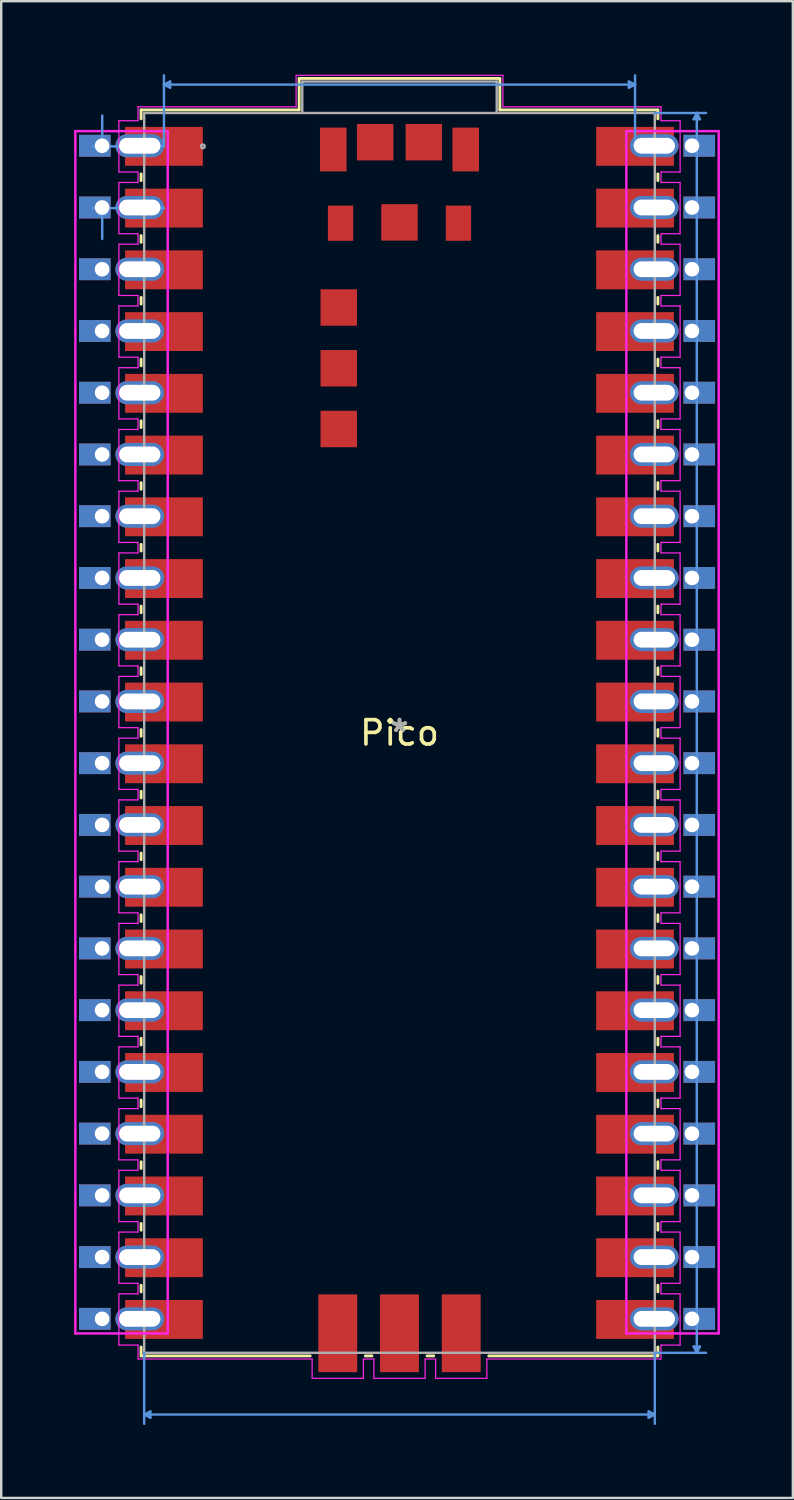
<source format=kicad_pcb>
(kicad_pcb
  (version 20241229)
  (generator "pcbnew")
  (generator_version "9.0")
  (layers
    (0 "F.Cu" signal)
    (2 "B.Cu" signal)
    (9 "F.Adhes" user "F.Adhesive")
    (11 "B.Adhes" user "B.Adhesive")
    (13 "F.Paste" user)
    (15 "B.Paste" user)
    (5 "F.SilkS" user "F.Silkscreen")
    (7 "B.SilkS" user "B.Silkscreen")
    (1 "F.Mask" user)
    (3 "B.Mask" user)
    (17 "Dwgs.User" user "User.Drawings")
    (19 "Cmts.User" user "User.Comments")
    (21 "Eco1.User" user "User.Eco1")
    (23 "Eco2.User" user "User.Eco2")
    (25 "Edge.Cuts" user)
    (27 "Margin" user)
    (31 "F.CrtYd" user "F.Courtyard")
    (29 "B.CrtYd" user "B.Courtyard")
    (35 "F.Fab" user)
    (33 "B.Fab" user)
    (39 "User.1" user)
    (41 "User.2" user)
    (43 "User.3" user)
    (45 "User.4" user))
  (footprint "Pico"
    (layer "F.Cu")
    (at 13.385 27.101)
    (property "Reference" "Pico" (at 0 0 0) (layer "F.SilkS") (effects (font (size 1 1) (thickness 0.15))))
    (attr through_hole)
    (fp_line (start -10.63 -25.629) (end -4.128 -25.629) (stroke (width 0.12) (type solid)) (layer "F.SilkS"))
    (fp_line (start -10.63 -25.263) (end -10.63 -25.629) (stroke (width 0.12) (type solid)) (layer "F.SilkS"))
    (fp_line (start -10.63 -22.723) (end -10.63 -22.997) (stroke (width 0.12) (type solid)) (layer "F.SilkS"))
    (fp_line (start -10.63 -20.183) (end -10.63 -20.457) (stroke (width 0.12) (type solid)) (layer "F.SilkS"))
    (fp_line (start -10.63 -17.643) (end -10.63 -17.917) (stroke (width 0.12) (type solid)) (layer "F.SilkS"))
    (fp_line (start -10.63 -15.103) (end -10.63 -15.377) (stroke (width 0.12) (type solid)) (layer "F.SilkS"))
    (fp_line (start -10.63 -12.563) (end -10.63 -12.837) (stroke (width 0.12) (type solid)) (layer "F.SilkS"))
    (fp_line (start -10.63 -10.023) (end -10.63 -10.297) (stroke (width 0.12) (type solid)) (layer "F.SilkS"))
    (fp_line (start -10.63 -7.483) (end -10.63 -7.757) (stroke (width 0.12) (type solid)) (layer "F.SilkS"))
    (fp_line (start -10.63 -4.943) (end -10.63 -5.217) (stroke (width 0.12) (type solid)) (layer "F.SilkS"))
    (fp_line (start -10.63 -2.403) (end -10.63 -2.677) (stroke (width 0.12) (type solid)) (layer "F.SilkS"))
    (fp_line (start -10.63 0.137) (end -10.63 -0.137) (stroke (width 0.12) (type solid)) (layer "F.SilkS"))
    (fp_line (start -10.63 2.677) (end -10.63 2.403) (stroke (width 0.12) (type solid)) (layer "F.SilkS"))
    (fp_line (start -10.63 5.217) (end -10.63 4.943) (stroke (width 0.12) (type solid)) (layer "F.SilkS"))
    (fp_line (start -10.63 7.757) (end -10.63 7.483) (stroke (width 0.12) (type solid)) (layer "F.SilkS"))
    (fp_line (start -10.63 10.297) (end -10.63 10.023) (stroke (width 0.12) (type solid)) (layer "F.SilkS"))
    (fp_line (start -10.63 12.837) (end -10.63 12.563) (stroke (width 0.12) (type solid)) (layer "F.SilkS"))
    (fp_line (start -10.63 15.377) (end -10.63 15.103) (stroke (width 0.12) (type solid)) (layer "F.SilkS"))
    (fp_line (start -10.63 17.917) (end -10.63 17.643) (stroke (width 0.12) (type solid)) (layer "F.SilkS"))
    (fp_line (start -10.63 20.457) (end -10.63 20.183) (stroke (width 0.12) (type solid)) (layer "F.SilkS"))
    (fp_line (start -10.63 22.997) (end -10.63 22.723) (stroke (width 0.12) (type solid)) (layer "F.SilkS"))
    (fp_line (start -10.63 25.629) (end -10.63 25.263) (stroke (width 0.12) (type solid)) (layer "F.SilkS"))
    (fp_line (start -4.128 -26.924) (end 4.128 -26.924) (stroke (width 0.12) (type solid)) (layer "F.SilkS"))
    (fp_line (start -4.128 -25.629) (end -4.128 -26.924) (stroke (width 0.12) (type solid)) (layer "F.SilkS"))
    (fp_line (start -3.673 25.629) (end -10.63 25.629) (stroke (width 0.12) (type solid)) (layer "F.SilkS"))
    (fp_line (start -1.133 25.629) (end -1.407 25.629) (stroke (width 0.12) (type solid)) (layer "F.SilkS"))
    (fp_line (start 1.407 25.629) (end 1.133 25.629) (stroke (width 0.12) (type solid)) (layer "F.SilkS"))
    (fp_line (start 4.128 -26.924) (end 4.128 -25.629) (stroke (width 0.12) (type solid)) (layer "F.SilkS"))
    (fp_line (start 4.128 -25.629) (end 10.63 -25.629) (stroke (width 0.12) (type solid)) (layer "F.SilkS"))
    (fp_line (start 10.63 -25.629) (end 10.63 -25.263) (stroke (width 0.12) (type solid)) (layer "F.SilkS"))
    (fp_line (start 10.63 -22.997) (end 10.63 -22.723) (stroke (width 0.12) (type solid)) (layer "F.SilkS"))
    (fp_line (start 10.63 -20.457) (end 10.63 -20.183) (stroke (width 0.12) (type solid)) (layer "F.SilkS"))
    (fp_line (start 10.63 -17.917) (end 10.63 -17.643) (stroke (width 0.12) (type solid)) (layer "F.SilkS"))
    (fp_line (start 10.63 -15.377) (end 10.63 -15.103) (stroke (width 0.12) (type solid)) (layer "F.SilkS"))
    (fp_line (start 10.63 -12.837) (end 10.63 -12.563) (stroke (width 0.12) (type solid)) (layer "F.SilkS"))
    (fp_line (start 10.63 -10.297) (end 10.63 -10.023) (stroke (width 0.12) (type solid)) (layer "F.SilkS"))
    (fp_line (start 10.63 -7.757) (end 10.63 -7.483) (stroke (width 0.12) (type solid)) (layer "F.SilkS"))
    (fp_line (start 10.63 -5.217) (end 10.63 -4.943) (stroke (width 0.12) (type solid)) (layer "F.SilkS"))
    (fp_line (start 10.63 -2.677) (end 10.63 -2.403) (stroke (width 0.12) (type solid)) (layer "F.SilkS"))
    (fp_line (start 10.63 -0.137) (end 10.63 0.137) (stroke (width 0.12) (type solid)) (layer "F.SilkS"))
    (fp_line (start 10.63 2.403) (end 10.63 2.677) (stroke (width 0.12) (type solid)) (layer "F.SilkS"))
    (fp_line (start 10.63 4.943) (end 10.63 5.217) (stroke (width 0.12) (type solid)) (layer "F.SilkS"))
    (fp_line (start 10.63 7.483) (end 10.63 7.757) (stroke (width 0.12) (type solid)) (layer "F.SilkS"))
    (fp_line (start 10.63 10.023) (end 10.63 10.297) (stroke (width 0.12) (type solid)) (layer "F.SilkS"))
    (fp_line (start 10.63 12.563) (end 10.63 12.837) (stroke (width 0.12) (type solid)) (layer "F.SilkS"))
    (fp_line (start 10.63 15.103) (end 10.63 15.377) (stroke (width 0.12) (type solid)) (layer "F.SilkS"))
    (fp_line (start 10.63 17.643) (end 10.63 17.917) (stroke (width 0.12) (type solid)) (layer "F.SilkS"))
    (fp_line (start 10.63 20.183) (end 10.63 20.457) (stroke (width 0.12) (type solid)) (layer "F.SilkS"))
    (fp_line (start 10.63 22.723) (end 10.63 22.997) (stroke (width 0.12) (type solid)) (layer "F.SilkS"))
    (fp_line (start 10.63 25.263) (end 10.63 25.629) (stroke (width 0.12) (type solid)) (layer "F.SilkS"))
    (fp_line (start 10.63 25.629) (end 3.673 25.629) (stroke (width 0.12) (type solid)) (layer "F.SilkS"))
    (fp_line (start -12.357 -24.384) (end -12.103 -24.384) (stroke (width 0.1) (type solid)) (layer "Cmts.User"))
    (fp_line (start -12.357 -21.336) (end -12.103 -21.336) (stroke (width 0.1) (type solid)) (layer "Cmts.User"))
    (fp_line (start -12.23 -24.13) (end -12.357 -24.384) (stroke (width 0.1) (type solid)) (layer "Cmts.User"))
    (fp_line (start -12.23 -24.13) (end -12.23 -25.4) (stroke (width 0.1) (type solid)) (layer "Cmts.User"))
    (fp_line (start -12.23 -24.13) (end -12.103 -24.384) (stroke (width 0.1) (type solid)) (layer "Cmts.User"))
    (fp_line (start -12.23 -21.59) (end -12.357 -21.336) (stroke (width 0.1) (type solid)) (layer "Cmts.User"))
    (fp_line (start -12.23 -21.59) (end -12.23 -20.32) (stroke (width 0.1) (type solid)) (layer "Cmts.User"))
    (fp_line (start -12.23 -21.59) (end -12.103 -21.336) (stroke (width 0.1) (type solid)) (layer "Cmts.User"))
    (fp_line (start -10.503 25.502) (end -10.503 28.423) (stroke (width 0.1) (type solid)) (layer "Cmts.User"))
    (fp_line (start -10.503 28.042) (end -10.249 27.915) (stroke (width 0.1) (type solid)) (layer "Cmts.User"))
    (fp_line (start -10.503 28.042) (end -10.249 28.169) (stroke (width 0.1) (type solid)) (layer "Cmts.User"))
    (fp_line (start -10.503 28.042) (end 10.503 28.042) (stroke (width 0.1) (type solid)) (layer "Cmts.User"))
    (fp_line (start -10.249 27.915) (end -10.249 28.169) (stroke (width 0.1) (type solid)) (layer "Cmts.User"))
    (fp_line (start -9.69 -26.67) (end -9.436 -26.797) (stroke (width 0.1) (type solid)) (layer "Cmts.User"))
    (fp_line (start -9.69 -26.67) (end -9.436 -26.543) (stroke (width 0.1) (type solid)) (layer "Cmts.User"))
    (fp_line (start -9.69 -26.67) (end 9.69 -26.67) (stroke (width 0.1) (type solid)) (layer "Cmts.User"))
    (fp_line (start -9.69 -24.13) (end -12.611 -24.13) (stroke (width 0.1) (type solid)) (layer "Cmts.User"))
    (fp_line (start -9.69 -24.13) (end -9.69 -27.051) (stroke (width 0.1) (type solid)) (layer "Cmts.User"))
    (fp_line (start -9.69 -21.59) (end -12.611 -21.59) (stroke (width 0.1) (type solid)) (layer "Cmts.User"))
    (fp_line (start -9.436 -26.797) (end -9.436 -26.543) (stroke (width 0.1) (type solid)) (layer "Cmts.User"))
    (fp_line (start 9.436 -26.797) (end 9.436 -26.543) (stroke (width 0.1) (type solid)) (layer "Cmts.User"))
    (fp_line (start 9.69 -26.67) (end 9.436 -26.797) (stroke (width 0.1) (type solid)) (layer "Cmts.User"))
    (fp_line (start 9.69 -26.67) (end 9.436 -26.543) (stroke (width 0.1) (type solid)) (layer "Cmts.User"))
    (fp_line (start 9.69 -24.13) (end 9.69 -27.051) (stroke (width 0.1) (type solid)) (layer "Cmts.User"))
    (fp_line (start 10.249 27.915) (end 10.249 28.169) (stroke (width 0.1) (type solid)) (layer "Cmts.User"))
    (fp_line (start 10.503 -25.502) (end 12.611 -25.502) (stroke (width 0.1) (type solid)) (layer "Cmts.User"))
    (fp_line (start 10.503 25.502) (end 10.503 28.423) (stroke (width 0.1) (type solid)) (layer "Cmts.User"))
    (fp_line (start 10.503 25.502) (end 12.611 25.502) (stroke (width 0.1) (type solid)) (layer "Cmts.User"))
    (fp_line (start 10.503 28.042) (end 10.249 27.915) (stroke (width 0.1) (type solid)) (layer "Cmts.User"))
    (fp_line (start 10.503 28.042) (end 10.249 28.169) (stroke (width 0.1) (type solid)) (layer "Cmts.User"))
    (fp_line (start 12.103 -25.248) (end 12.357 -25.248) (stroke (width 0.1) (type solid)) (layer "Cmts.User"))
    (fp_line (start 12.103 25.248) (end 12.357 25.248) (stroke (width 0.1) (type solid)) (layer "Cmts.User"))
    (fp_line (start 12.23 -25.502) (end 12.103 -25.248) (stroke (width 0.1) (type solid)) (layer "Cmts.User"))
    (fp_line (start 12.23 -25.502) (end 12.23 25.502) (stroke (width 0.1) (type solid)) (layer "Cmts.User"))
    (fp_line (start 12.23 -25.502) (end 12.357 -25.248) (stroke (width 0.1) (type solid)) (layer "Cmts.User"))
    (fp_line (start 12.23 25.502) (end 12.103 25.248) (stroke (width 0.1) (type solid)) (layer "Cmts.User"))
    (fp_line (start 12.23 25.502) (end 12.357 25.248) (stroke (width 0.1) (type solid)) (layer "Cmts.User"))
    (fp_line (start -13.335 -24.755) (end -9.535 -24.755) (stroke (width 0.1) (type solid)) (layer "F.CrtYd"))
    (fp_line (start -13.335 24.705) (end -13.335 -24.755) (stroke (width 0.1) (type solid)) (layer "F.CrtYd"))
    (fp_line (start -11.544 -25.184) (end -11.544 -23.076) (stroke (width 0.05) (type solid)) (layer "F.CrtYd"))
    (fp_line (start -11.544 -23.076) (end -10.757 -23.076) (stroke (width 0.05) (type solid)) (layer "F.CrtYd"))
    (fp_line (start -11.544 -22.644) (end -11.544 -20.536) (stroke (width 0.05) (type solid)) (layer "F.CrtYd"))
    (fp_line (start -11.544 -20.536) (end -10.757 -20.536) (stroke (width 0.05) (type solid)) (layer "F.CrtYd"))
    (fp_line (start -11.544 -20.104) (end -11.544 -17.996) (stroke (width 0.05) (type solid)) (layer "F.CrtYd"))
    (fp_line (start -11.544 -17.996) (end -10.757 -17.996) (stroke (width 0.05) (type solid)) (layer "F.CrtYd"))
    (fp_line (start -11.544 -17.564) (end -11.544 -15.456) (stroke (width 0.05) (type solid)) (layer "F.CrtYd"))
    (fp_line (start -11.544 -15.456) (end -10.757 -15.456) (stroke (width 0.05) (type solid)) (layer "F.CrtYd"))
    (fp_line (start -11.544 -15.024) (end -11.544 -12.916) (stroke (width 0.05) (type solid)) (layer "F.CrtYd"))
    (fp_line (start -11.544 -12.916) (end -10.757 -12.916) (stroke (width 0.05) (type solid)) (layer "F.CrtYd"))
    (fp_line (start -11.544 -12.484) (end -11.544 -10.376) (stroke (width 0.05) (type solid)) (layer "F.CrtYd"))
    (fp_line (start -11.544 -10.376) (end -10.757 -10.376) (stroke (width 0.05) (type solid)) (layer "F.CrtYd"))
    (fp_line (start -11.544 -9.944) (end -11.544 -7.836) (stroke (width 0.05) (type solid)) (layer "F.CrtYd"))
    (fp_line (start -11.544 -7.836) (end -10.757 -7.836) (stroke (width 0.05) (type solid)) (layer "F.CrtYd"))
    (fp_line (start -11.544 -7.404) (end -11.544 -5.296) (stroke (width 0.05) (type solid)) (layer "F.CrtYd"))
    (fp_line (start -11.544 -5.296) (end -10.757 -5.296) (stroke (width 0.05) (type solid)) (layer "F.CrtYd"))
    (fp_line (start -11.544 -4.864) (end -11.544 -2.756) (stroke (width 0.05) (type solid)) (layer "F.CrtYd"))
    (fp_line (start -11.544 -2.756) (end -10.757 -2.756) (stroke (width 0.05) (type solid)) (layer "F.CrtYd"))
    (fp_line (start -11.544 -2.324) (end -11.544 -0.216) (stroke (width 0.05) (type solid)) (layer "F.CrtYd"))
    (fp_line (start -11.544 -0.216) (end -10.757 -0.216) (stroke (width 0.05) (type solid)) (layer "F.CrtYd"))
    (fp_line (start -11.544 0.216) (end -11.544 2.324) (stroke (width 0.05) (type solid)) (layer "F.CrtYd"))
    (fp_line (start -11.544 2.324) (end -10.757 2.324) (stroke (width 0.05) (type solid)) (layer "F.CrtYd"))
    (fp_line (start -11.544 2.756) (end -11.544 4.864) (stroke (width 0.05) (type solid)) (layer "F.CrtYd"))
    (fp_line (start -11.544 4.864) (end -10.757 4.864) (stroke (width 0.05) (type solid)) (layer "F.CrtYd"))
    (fp_line (start -11.544 5.296) (end -11.544 7.404) (stroke (width 0.05) (type solid)) (layer "F.CrtYd"))
    (fp_line (start -11.544 7.404) (end -10.757 7.404) (stroke (width 0.05) (type solid)) (layer "F.CrtYd"))
    (fp_line (start -11.544 7.836) (end -11.544 9.944) (stroke (width 0.05) (type solid)) (layer "F.CrtYd"))
    (fp_line (start -11.544 9.944) (end -10.757 9.944) (stroke (width 0.05) (type solid)) (layer "F.CrtYd"))
    (fp_line (start -11.544 10.376) (end -11.544 12.484) (stroke (width 0.05) (type solid)) (layer "F.CrtYd"))
    (fp_line (start -11.544 12.484) (end -10.757 12.484) (stroke (width 0.05) (type solid)) (layer "F.CrtYd"))
    (fp_line (start -11.544 12.916) (end -11.544 15.024) (stroke (width 0.05) (type solid)) (layer "F.CrtYd"))
    (fp_line (start -11.544 15.024) (end -10.757 15.024) (stroke (width 0.05) (type solid)) (layer "F.CrtYd"))
    (fp_line (start -11.544 15.456) (end -11.544 17.564) (stroke (width 0.05) (type solid)) (layer "F.CrtYd"))
    (fp_line (start -11.544 17.564) (end -10.757 17.564) (stroke (width 0.05) (type solid)) (layer "F.CrtYd"))
    (fp_line (start -11.544 17.996) (end -11.544 20.104) (stroke (width 0.05) (type solid)) (layer "F.CrtYd"))
    (fp_line (start -11.544 20.104) (end -10.757 20.104) (stroke (width 0.05) (type solid)) (layer "F.CrtYd"))
    (fp_line (start -11.544 20.536) (end -11.544 22.644) (stroke (width 0.05) (type solid)) (layer "F.CrtYd"))
    (fp_line (start -11.544 22.644) (end -10.757 22.644) (stroke (width 0.05) (type solid)) (layer "F.CrtYd"))
    (fp_line (start -11.544 23.076) (end -11.544 25.184) (stroke (width 0.05) (type solid)) (layer "F.CrtYd"))
    (fp_line (start -11.544 25.184) (end -10.757 25.184) (stroke (width 0.05) (type solid)) (layer "F.CrtYd"))
    (fp_line (start -10.757 -25.756) (end -10.757 -25.184) (stroke (width 0.05) (type solid)) (layer "F.CrtYd"))
    (fp_line (start -10.757 -25.184) (end -11.544 -25.184) (stroke (width 0.05) (type solid)) (layer "F.CrtYd"))
    (fp_line (start -10.757 -23.076) (end -10.757 -22.644) (stroke (width 0.05) (type solid)) (layer "F.CrtYd"))
    (fp_line (start -10.757 -22.644) (end -11.544 -22.644) (stroke (width 0.05) (type solid)) (layer "F.CrtYd"))
    (fp_line (start -10.757 -20.536) (end -10.757 -20.104) (stroke (width 0.05) (type solid)) (layer "F.CrtYd"))
    (fp_line (start -10.757 -20.104) (end -11.544 -20.104) (stroke (width 0.05) (type solid)) (layer "F.CrtYd"))
    (fp_line (start -10.757 -17.996) (end -10.757 -17.564) (stroke (width 0.05) (type solid)) (layer "F.CrtYd"))
    (fp_line (start -10.757 -17.564) (end -11.544 -17.564) (stroke (width 0.05) (type solid)) (layer "F.CrtYd"))
    (fp_line (start -10.757 -15.456) (end -10.757 -15.024) (stroke (width 0.05) (type solid)) (layer "F.CrtYd"))
    (fp_line (start -10.757 -15.024) (end -11.544 -15.024) (stroke (width 0.05) (type solid)) (layer "F.CrtYd"))
    (fp_line (start -10.757 -12.916) (end -10.757 -12.484) (stroke (width 0.05) (type solid)) (layer "F.CrtYd"))
    (fp_line (start -10.757 -12.484) (end -11.544 -12.484) (stroke (width 0.05) (type solid)) (layer "F.CrtYd"))
    (fp_line (start -10.757 -10.376) (end -10.757 -9.944) (stroke (width 0.05) (type solid)) (layer "F.CrtYd"))
    (fp_line (start -10.757 -9.944) (end -11.544 -9.944) (stroke (width 0.05) (type solid)) (layer "F.CrtYd"))
    (fp_line (start -10.757 -7.836) (end -10.757 -7.404) (stroke (width 0.05) (type solid)) (layer "F.CrtYd"))
    (fp_line (start -10.757 -7.404) (end -11.544 -7.404) (stroke (width 0.05) (type solid)) (layer "F.CrtYd"))
    (fp_line (start -10.757 -5.296) (end -10.757 -4.864) (stroke (width 0.05) (type solid)) (layer "F.CrtYd"))
    (fp_line (start -10.757 -4.864) (end -11.544 -4.864) (stroke (width 0.05) (type solid)) (layer "F.CrtYd"))
    (fp_line (start -10.757 -2.756) (end -10.757 -2.324) (stroke (width 0.05) (type solid)) (layer "F.CrtYd"))
    (fp_line (start -10.757 -2.324) (end -11.544 -2.324) (stroke (width 0.05) (type solid)) (layer "F.CrtYd"))
    (fp_line (start -10.757 -0.216) (end -10.757 0.216) (stroke (width 0.05) (type solid)) (layer "F.CrtYd"))
    (fp_line (start -10.757 0.216) (end -11.544 0.216) (stroke (width 0.05) (type solid)) (layer "F.CrtYd"))
    (fp_line (start -10.757 2.324) (end -10.757 2.756) (stroke (width 0.05) (type solid)) (layer "F.CrtYd"))
    (fp_line (start -10.757 2.756) (end -11.544 2.756) (stroke (width 0.05) (type solid)) (layer "F.CrtYd"))
    (fp_line (start -10.757 4.864) (end -10.757 5.296) (stroke (width 0.05) (type solid)) (layer "F.CrtYd"))
    (fp_line (start -10.757 5.296) (end -11.544 5.296) (stroke (width 0.05) (type solid)) (layer "F.CrtYd"))
    (fp_line (start -10.757 7.404) (end -10.757 7.836) (stroke (width 0.05) (type solid)) (layer "F.CrtYd"))
    (fp_line (start -10.757 7.836) (end -11.544 7.836) (stroke (width 0.05) (type solid)) (layer "F.CrtYd"))
    (fp_line (start -10.757 9.944) (end -10.757 10.376) (stroke (width 0.05) (type solid)) (layer "F.CrtYd"))
    (fp_line (start -10.757 10.376) (end -11.544 10.376) (stroke (width 0.05) (type solid)) (layer "F.CrtYd"))
    (fp_line (start -10.757 12.484) (end -10.757 12.916) (stroke (width 0.05) (type solid)) (layer "F.CrtYd"))
    (fp_line (start -10.757 12.916) (end -11.544 12.916) (stroke (width 0.05) (type solid)) (layer "F.CrtYd"))
    (fp_line (start -10.757 15.024) (end -10.757 15.456) (stroke (width 0.05) (type solid)) (layer "F.CrtYd"))
    (fp_line (start -10.757 15.456) (end -11.544 15.456) (stroke (width 0.05) (type solid)) (layer "F.CrtYd"))
    (fp_line (start -10.757 17.564) (end -10.757 17.996) (stroke (width 0.05) (type solid)) (layer "F.CrtYd"))
    (fp_line (start -10.757 17.996) (end -11.544 17.996) (stroke (width 0.05) (type solid)) (layer "F.CrtYd"))
    (fp_line (start -10.757 20.104) (end -10.757 20.536) (stroke (width 0.05) (type solid)) (layer "F.CrtYd"))
    (fp_line (start -10.757 20.536) (end -11.544 20.536) (stroke (width 0.05) (type solid)) (layer "F.CrtYd"))
    (fp_line (start -10.757 22.644) (end -10.757 23.076) (stroke (width 0.05) (type solid)) (layer "F.CrtYd"))
    (fp_line (start -10.757 23.076) (end -11.544 23.076) (stroke (width 0.05) (type solid)) (layer "F.CrtYd"))
    (fp_line (start -10.757 25.184) (end -10.757 25.756) (stroke (width 0.05) (type solid)) (layer "F.CrtYd"))
    (fp_line (start -10.757 25.756) (end -3.594 25.756) (stroke (width 0.05) (type solid)) (layer "F.CrtYd"))
    (fp_line (start -9.535 -24.755) (end -9.535 24.705) (stroke (width 0.1) (type solid)) (layer "F.CrtYd"))
    (fp_line (start -9.535 24.705) (end -13.335 24.705) (stroke (width 0.1) (type solid)) (layer "F.CrtYd"))
    (fp_line (start -4.255 -27.051) (end -4.255 -25.756) (stroke (width 0.05) (type solid)) (layer "F.CrtYd"))
    (fp_line (start -4.255 -25.756) (end -10.757 -25.756) (stroke (width 0.05) (type solid)) (layer "F.CrtYd"))
    (fp_line (start -3.594 25.756) (end -3.594 26.553) (stroke (width 0.05) (type solid)) (layer "F.CrtYd"))
    (fp_line (start -3.594 26.553) (end -1.486 26.553) (stroke (width 0.05) (type solid)) (layer "F.CrtYd"))
    (fp_line (start -1.486 25.756) (end -1.054 25.756) (stroke (width 0.05) (type solid)) (layer "F.CrtYd"))
    (fp_line (start -1.486 26.553) (end -1.486 25.756) (stroke (width 0.05) (type solid)) (layer "F.CrtYd"))
    (fp_line (start -1.054 25.756) (end -1.054 26.553) (stroke (width 0.05) (type solid)) (layer "F.CrtYd"))
    (fp_line (start -1.054 26.553) (end 1.054 26.553) (stroke (width 0.05) (type solid)) (layer "F.CrtYd"))
    (fp_line (start 1.054 25.756) (end 1.486 25.756) (stroke (width 0.05) (type solid)) (layer "F.CrtYd"))
    (fp_line (start 1.054 26.553) (end 1.054 25.756) (stroke (width 0.05) (type solid)) (layer "F.CrtYd"))
    (fp_line (start 1.486 25.756) (end 1.486 26.553) (stroke (width 0.05) (type solid)) (layer "F.CrtYd"))
    (fp_line (start 1.486 26.553) (end 3.594 26.553) (stroke (width 0.05) (type solid)) (layer "F.CrtYd"))
    (fp_line (start 3.594 25.756) (end 10.757 25.756) (stroke (width 0.05) (type solid)) (layer "F.CrtYd"))
    (fp_line (start 3.594 26.553) (end 3.594 25.756) (stroke (width 0.05) (type solid)) (layer "F.CrtYd"))
    (fp_line (start 4.255 -27.051) (end -4.255 -27.051) (stroke (width 0.05) (type solid)) (layer "F.CrtYd"))
    (fp_line (start 4.255 -25.756) (end 4.255 -27.051) (stroke (width 0.05) (type solid)) (layer "F.CrtYd"))
    (fp_line (start 9.332 -24.755) (end 13.132 -24.755) (stroke (width 0.1) (type solid)) (layer "F.CrtYd"))
    (fp_line (start 9.332 24.705) (end 9.332 -24.755) (stroke (width 0.1) (type solid)) (layer "F.CrtYd"))
    (fp_line (start 10.757 -25.756) (end 4.255 -25.756) (stroke (width 0.05) (type solid)) (layer "F.CrtYd"))
    (fp_line (start 10.757 -25.184) (end 10.757 -25.756) (stroke (width 0.05) (type solid)) (layer "F.CrtYd"))
    (fp_line (start 10.757 -23.076) (end 11.544 -23.076) (stroke (width 0.05) (type solid)) (layer "F.CrtYd"))
    (fp_line (start 10.757 -22.644) (end 10.757 -23.076) (stroke (width 0.05) (type solid)) (layer "F.CrtYd"))
    (fp_line (start 10.757 -20.536) (end 11.544 -20.536) (stroke (width 0.05) (type solid)) (layer "F.CrtYd"))
    (fp_line (start 10.757 -20.104) (end 10.757 -20.536) (stroke (width 0.05) (type solid)) (layer "F.CrtYd"))
    (fp_line (start 10.757 -17.996) (end 11.544 -17.996) (stroke (width 0.05) (type solid)) (layer "F.CrtYd"))
    (fp_line (start 10.757 -17.564) (end 10.757 -17.996) (stroke (width 0.05) (type solid)) (layer "F.CrtYd"))
    (fp_line (start 10.757 -15.456) (end 11.544 -15.456) (stroke (width 0.05) (type solid)) (layer "F.CrtYd"))
    (fp_line (start 10.757 -15.024) (end 10.757 -15.456) (stroke (width 0.05) (type solid)) (layer "F.CrtYd"))
    (fp_line (start 10.757 -12.916) (end 11.544 -12.916) (stroke (width 0.05) (type solid)) (layer "F.CrtYd"))
    (fp_line (start 10.757 -12.484) (end 10.757 -12.916) (stroke (width 0.05) (type solid)) (layer "F.CrtYd"))
    (fp_line (start 10.757 -10.376) (end 11.544 -10.376) (stroke (width 0.05) (type solid)) (layer "F.CrtYd"))
    (fp_line (start 10.757 -9.944) (end 10.757 -10.376) (stroke (width 0.05) (type solid)) (layer "F.CrtYd"))
    (fp_line (start 10.757 -7.836) (end 11.544 -7.836) (stroke (width 0.05) (type solid)) (layer "F.CrtYd"))
    (fp_line (start 10.757 -7.404) (end 10.757 -7.836) (stroke (width 0.05) (type solid)) (layer "F.CrtYd"))
    (fp_line (start 10.757 -5.296) (end 11.544 -5.296) (stroke (width 0.05) (type solid)) (layer "F.CrtYd"))
    (fp_line (start 10.757 -4.864) (end 10.757 -5.296) (stroke (width 0.05) (type solid)) (layer "F.CrtYd"))
    (fp_line (start 10.757 -2.756) (end 11.544 -2.756) (stroke (width 0.05) (type solid)) (layer "F.CrtYd"))
    (fp_line (start 10.757 -2.324) (end 10.757 -2.756) (stroke (width 0.05) (type solid)) (layer "F.CrtYd"))
    (fp_line (start 10.757 -0.216) (end 11.544 -0.216) (stroke (width 0.05) (type solid)) (layer "F.CrtYd"))
    (fp_line (start 10.757 0.216) (end 10.757 -0.216) (stroke (width 0.05) (type solid)) (layer "F.CrtYd"))
    (fp_line (start 10.757 2.324) (end 11.544 2.324) (stroke (width 0.05) (type solid)) (layer "F.CrtYd"))
    (fp_line (start 10.757 2.756) (end 10.757 2.324) (stroke (width 0.05) (type solid)) (layer "F.CrtYd"))
    (fp_line (start 10.757 4.864) (end 11.544 4.864) (stroke (width 0.05) (type solid)) (layer "F.CrtYd"))
    (fp_line (start 10.757 5.296) (end 10.757 4.864) (stroke (width 0.05) (type solid)) (layer "F.CrtYd"))
    (fp_line (start 10.757 7.404) (end 11.544 7.404) (stroke (width 0.05) (type solid)) (layer "F.CrtYd"))
    (fp_line (start 10.757 7.836) (end 10.757 7.404) (stroke (width 0.05) (type solid)) (layer "F.CrtYd"))
    (fp_line (start 10.757 9.944) (end 11.544 9.944) (stroke (width 0.05) (type solid)) (layer "F.CrtYd"))
    (fp_line (start 10.757 10.376) (end 10.757 9.944) (stroke (width 0.05) (type solid)) (layer "F.CrtYd"))
    (fp_line (start 10.757 12.484) (end 11.544 12.484) (stroke (width 0.05) (type solid)) (layer "F.CrtYd"))
    (fp_line (start 10.757 12.916) (end 10.757 12.484) (stroke (width 0.05) (type solid)) (layer "F.CrtYd"))
    (fp_line (start 10.757 15.024) (end 11.544 15.024) (stroke (width 0.05) (type solid)) (layer "F.CrtYd"))
    (fp_line (start 10.757 15.456) (end 10.757 15.024) (stroke (width 0.05) (type solid)) (layer "F.CrtYd"))
    (fp_line (start 10.757 17.564) (end 11.544 17.564) (stroke (width 0.05) (type solid)) (layer "F.CrtYd"))
    (fp_line (start 10.757 17.996) (end 10.757 17.564) (stroke (width 0.05) (type solid)) (layer "F.CrtYd"))
    (fp_line (start 10.757 20.104) (end 11.544 20.104) (stroke (width 0.05) (type solid)) (layer "F.CrtYd"))
    (fp_line (start 10.757 20.536) (end 10.757 20.104) (stroke (width 0.05) (type solid)) (layer "F.CrtYd"))
    (fp_line (start 10.757 22.644) (end 11.544 22.644) (stroke (width 0.05) (type solid)) (layer "F.CrtYd"))
    (fp_line (start 10.757 23.076) (end 10.757 22.644) (stroke (width 0.05) (type solid)) (layer "F.CrtYd"))
    (fp_line (start 10.757 25.184) (end 11.544 25.184) (stroke (width 0.05) (type solid)) (layer "F.CrtYd"))
    (fp_line (start 10.757 25.756) (end 10.757 25.184) (stroke (width 0.05) (type solid)) (layer "F.CrtYd"))
    (fp_line (start 11.544 -25.184) (end 10.757 -25.184) (stroke (width 0.05) (type solid)) (layer "F.CrtYd"))
    (fp_line (start 11.544 -23.076) (end 11.544 -25.184) (stroke (width 0.05) (type solid)) (layer "F.CrtYd"))
    (fp_line (start 11.544 -22.644) (end 10.757 -22.644) (stroke (width 0.05) (type solid)) (layer "F.CrtYd"))
    (fp_line (start 11.544 -20.536) (end 11.544 -22.644) (stroke (width 0.05) (type solid)) (layer "F.CrtYd"))
    (fp_line (start 11.544 -20.104) (end 10.757 -20.104) (stroke (width 0.05) (type solid)) (layer "F.CrtYd"))
    (fp_line (start 11.544 -17.996) (end 11.544 -20.104) (stroke (width 0.05) (type solid)) (layer "F.CrtYd"))
    (fp_line (start 11.544 -17.564) (end 10.757 -17.564) (stroke (width 0.05) (type solid)) (layer "F.CrtYd"))
    (fp_line (start 11.544 -15.456) (end 11.544 -17.564) (stroke (width 0.05) (type solid)) (layer "F.CrtYd"))
    (fp_line (start 11.544 -15.024) (end 10.757 -15.024) (stroke (width 0.05) (type solid)) (layer "F.CrtYd"))
    (fp_line (start 11.544 -12.916) (end 11.544 -15.024) (stroke (width 0.05) (type solid)) (layer "F.CrtYd"))
    (fp_line (start 11.544 -12.484) (end 10.757 -12.484) (stroke (width 0.05) (type solid)) (layer "F.CrtYd"))
    (fp_line (start 11.544 -10.376) (end 11.544 -12.484) (stroke (width 0.05) (type solid)) (layer "F.CrtYd"))
    (fp_line (start 11.544 -9.944) (end 10.757 -9.944) (stroke (width 0.05) (type solid)) (layer "F.CrtYd"))
    (fp_line (start 11.544 -7.836) (end 11.544 -9.944) (stroke (width 0.05) (type solid)) (layer "F.CrtYd"))
    (fp_line (start 11.544 -7.404) (end 10.757 -7.404) (stroke (width 0.05) (type solid)) (layer "F.CrtYd"))
    (fp_line (start 11.544 -5.296) (end 11.544 -7.404) (stroke (width 0.05) (type solid)) (layer "F.CrtYd"))
    (fp_line (start 11.544 -4.864) (end 10.757 -4.864) (stroke (width 0.05) (type solid)) (layer "F.CrtYd"))
    (fp_line (start 11.544 -2.756) (end 11.544 -4.864) (stroke (width 0.05) (type solid)) (layer "F.CrtYd"))
    (fp_line (start 11.544 -2.324) (end 10.757 -2.324) (stroke (width 0.05) (type solid)) (layer "F.CrtYd"))
    (fp_line (start 11.544 -0.216) (end 11.544 -2.324) (stroke (width 0.05) (type solid)) (layer "F.CrtYd"))
    (fp_line (start 11.544 0.216) (end 10.757 0.216) (stroke (width 0.05) (type solid)) (layer "F.CrtYd"))
    (fp_line (start 11.544 2.324) (end 11.544 0.216) (stroke (width 0.05) (type solid)) (layer "F.CrtYd"))
    (fp_line (start 11.544 2.756) (end 10.757 2.756) (stroke (width 0.05) (type solid)) (layer "F.CrtYd"))
    (fp_line (start 11.544 4.864) (end 11.544 2.756) (stroke (width 0.05) (type solid)) (layer "F.CrtYd"))
    (fp_line (start 11.544 5.296) (end 10.757 5.296) (stroke (width 0.05) (type solid)) (layer "F.CrtYd"))
    (fp_line (start 11.544 7.404) (end 11.544 5.296) (stroke (width 0.05) (type solid)) (layer "F.CrtYd"))
    (fp_line (start 11.544 7.836) (end 10.757 7.836) (stroke (width 0.05) (type solid)) (layer "F.CrtYd"))
    (fp_line (start 11.544 9.944) (end 11.544 7.836) (stroke (width 0.05) (type solid)) (layer "F.CrtYd"))
    (fp_line (start 11.544 10.376) (end 10.757 10.376) (stroke (width 0.05) (type solid)) (layer "F.CrtYd"))
    (fp_line (start 11.544 12.484) (end 11.544 10.376) (stroke (width 0.05) (type solid)) (layer "F.CrtYd"))
    (fp_line (start 11.544 12.916) (end 10.757 12.916) (stroke (width 0.05) (type solid)) (layer "F.CrtYd"))
    (fp_line (start 11.544 15.024) (end 11.544 12.916) (stroke (width 0.05) (type solid)) (layer "F.CrtYd"))
    (fp_line (start 11.544 15.456) (end 10.757 15.456) (stroke (width 0.05) (type solid)) (layer "F.CrtYd"))
    (fp_line (start 11.544 17.564) (end 11.544 15.456) (stroke (width 0.05) (type solid)) (layer "F.CrtYd"))
    (fp_line (start 11.544 17.996) (end 10.757 17.996) (stroke (width 0.05) (type solid)) (layer "F.CrtYd"))
    (fp_line (start 11.544 20.104) (end 11.544 17.996) (stroke (width 0.05) (type solid)) (layer "F.CrtYd"))
    (fp_line (start 11.544 20.536) (end 10.757 20.536) (stroke (width 0.05) (type solid)) (layer "F.CrtYd"))
    (fp_line (start 11.544 22.644) (end 11.544 20.536) (stroke (width 0.05) (type solid)) (layer "F.CrtYd"))
    (fp_line (start 11.544 23.076) (end 10.757 23.076) (stroke (width 0.05) (type solid)) (layer "F.CrtYd"))
    (fp_line (start 11.544 25.184) (end 11.544 23.076) (stroke (width 0.05) (type solid)) (layer "F.CrtYd"))
    (fp_line (start 13.132 -24.755) (end 13.132 24.705) (stroke (width 0.1) (type solid)) (layer "F.CrtYd"))
    (fp_line (start 13.132 24.705) (end 9.332 24.705) (stroke (width 0.1) (type solid)) (layer "F.CrtYd"))
    (fp_line (start -4 -26.797) (end -4 -25.502) (stroke (width 0.1) (type solid)) (layer "F.Fab"))
    (fp_line (start -4 -26.797) (end 4 -26.797) (stroke (width 0.1) (type solid)) (layer "F.Fab"))
    (fp_line (start 4 -26.797) (end 4 -25.502) (stroke (width 0.1) (type solid)) (layer "F.Fab"))
    (fp_rect (start -10.503 -25.502) (end 10.503 25.502) (stroke (width 0.1) (type solid)) (fill no) (layer "F.Fab"))
    (fp_circle (center -8.09 -24.13) (end -8.014 -24.13) (stroke (width 0.1) (type solid)) (fill no) (layer "F.Fab"))
    (fp_text user "*" (at 0 0 0) (layer "F.SilkS") (effects (font (size 1 1) (thickness 0.15))))
    (fp_text user "Copyright 2021 Accelerated Designs. All rights reserved." (at 0 0 0) (layer "Cmts.User") (effects (font (size 0.127 0.127) (thickness 0.002))))
    (fp_text user "*" (at 0 0 0) (layer "F.Fab") (effects (font (size 1 1) (thickness 0.15))))
    (pad "" thru_hole oval (at -10.685 -24.155) (size 2 0.95) (drill oval 1.7 0.65) (layers "*.Cu" "*.Mask"))
    (pad "" thru_hole oval (at -10.685 -21.615) (size 2 0.95) (drill oval 1.7 0.65) (layers "*.Cu" "*.Mask"))
    (pad "" thru_hole oval (at -10.685 -19.075) (size 2 0.95) (drill oval 1.7 0.65) (layers "*.Cu" "*.Mask"))
    (pad "" thru_hole oval (at -10.685 -16.535) (size 2 0.95) (drill oval 1.7 0.65) (layers "*.Cu" "*.Mask"))
    (pad "" thru_hole oval (at -10.685 -13.995) (size 2 0.95) (drill oval 1.7 0.65) (layers "*.Cu" "*.Mask"))
    (pad "" thru_hole oval (at -10.685 -11.455) (size 2 0.95) (drill oval 1.7 0.65) (layers "*.Cu" "*.Mask"))
    (pad "" thru_hole oval (at -10.685 -8.915) (size 2 0.95) (drill oval 1.7 0.65) (layers "*.Cu" "*.Mask"))
    (pad "" thru_hole oval (at -10.685 -6.375) (size 2 0.95) (drill oval 1.7 0.65) (layers "*.Cu" "*.Mask"))
    (pad "" thru_hole oval (at -10.685 -3.835) (size 2 0.95) (drill oval 1.7 0.65) (layers "*.Cu" "*.Mask"))
    (pad "" thru_hole oval (at -10.685 -1.295) (size 2 0.95) (drill oval 1.7 0.65) (layers "*.Cu" "*.Mask"))
    (pad "" thru_hole oval (at -10.685 1.245) (size 2 0.95) (drill oval 1.7 0.65) (layers "*.Cu" "*.Mask"))
    (pad "" thru_hole oval (at -10.685 3.785) (size 2 0.95) (drill oval 1.7 0.65) (layers "*.Cu" "*.Mask"))
    (pad "" thru_hole oval (at -10.685 6.325) (size 2 0.95) (drill oval 1.7 0.65) (layers "*.Cu" "*.Mask"))
    (pad "" thru_hole oval (at -10.685 8.865) (size 2 0.95) (drill oval 1.7 0.65) (layers "*.Cu" "*.Mask"))
    (pad "" thru_hole oval (at -10.685 11.405) (size 2 0.95) (drill oval 1.7 0.65) (layers "*.Cu" "*.Mask"))
    (pad "" thru_hole oval (at -10.685 13.945) (size 2 0.95) (drill oval 1.7 0.65) (layers "*.Cu" "*.Mask"))
    (pad "" thru_hole oval (at -10.685 16.485) (size 2 0.95) (drill oval 1.7 0.65) (layers "*.Cu" "*.Mask"))
    (pad "" thru_hole oval (at -10.685 19.025) (size 2 0.95) (drill oval 1.7 0.65) (layers "*.Cu" "*.Mask"))
    (pad "" thru_hole oval (at -10.685 21.565) (size 2 0.95) (drill oval 1.7 0.65) (layers "*.Cu" "*.Mask"))
    (pad "" thru_hole oval (at -10.685 24.105) (size 2 0.95) (drill oval 1.7 0.65) (layers "*.Cu" "*.Mask"))
    (pad "" thru_hole oval (at 10.482 -24.155 180) (size 2 0.95) (drill oval 1.7 0.65) (layers "*.Cu" "*.Mask"))
    (pad "" thru_hole oval (at 10.482 -21.615 180) (size 2 0.95) (drill oval 1.7 0.65) (layers "*.Cu" "*.Mask"))
    (pad "" thru_hole oval (at 10.482 -19.075 180) (size 2 0.95) (drill oval 1.7 0.65) (layers "*.Cu" "*.Mask"))
    (pad "" thru_hole oval (at 10.482 -16.535 180) (size 2 0.95) (drill oval 1.7 0.65) (layers "*.Cu" "*.Mask"))
    (pad "" thru_hole oval (at 10.482 -13.995 180) (size 2 0.95) (drill oval 1.7 0.65) (layers "*.Cu" "*.Mask"))
    (pad "" thru_hole oval (at 10.482 -11.455 180) (size 2 0.95) (drill oval 1.7 0.65) (layers "*.Cu" "*.Mask"))
    (pad "" thru_hole oval (at 10.482 -8.915 180) (size 2 0.95) (drill oval 1.7 0.65) (layers "*.Cu" "*.Mask"))
    (pad "" thru_hole oval (at 10.482 -6.375 180) (size 2 0.95) (drill oval 1.7 0.65) (layers "*.Cu" "*.Mask"))
    (pad "" thru_hole oval (at 10.482 -3.835 180) (size 2 0.95) (drill oval 1.7 0.65) (layers "*.Cu" "*.Mask"))
    (pad "" thru_hole oval (at 10.482 -1.295 180) (size 2 0.95) (drill oval 1.7 0.65) (layers "*.Cu" "*.Mask"))
    (pad "" thru_hole oval (at 10.482 1.245 180) (size 2 0.95) (drill oval 1.7 0.65) (layers "*.Cu" "*.Mask"))
    (pad "" thru_hole oval (at 10.482 3.785 180) (size 2 0.95) (drill oval 1.7 0.65) (layers "*.Cu" "*.Mask"))
    (pad "" thru_hole oval (at 10.482 6.325 180) (size 2 0.95) (drill oval 1.7 0.65) (layers "*.Cu" "*.Mask"))
    (pad "" thru_hole oval (at 10.482 8.865 180) (size 2 0.95) (drill oval 1.7 0.65) (layers "*.Cu" "*.Mask"))
    (pad "" thru_hole oval (at 10.482 11.405 180) (size 2 0.95) (drill oval 1.7 0.65) (layers "*.Cu" "*.Mask"))
    (pad "" thru_hole oval (at 10.482 13.945 180) (size 2 0.95) (drill oval 1.7 0.65) (layers "*.Cu" "*.Mask"))
    (pad "" thru_hole oval (at 10.482 16.485 180) (size 2 0.95) (drill oval 1.7 0.65) (layers "*.Cu" "*.Mask"))
    (pad "" thru_hole oval (at 10.482 19.025 180) (size 2 0.95) (drill oval 1.7 0.65) (layers "*.Cu" "*.Mask"))
    (pad "" thru_hole oval (at 10.482 21.565 180) (size 2 0.95) (drill oval 1.7 0.65) (layers "*.Cu" "*.Mask"))
    (pad "" thru_hole oval (at 10.482 24.105 180) (size 2 0.95) (drill oval 1.7 0.65) (layers "*.Cu" "*.Mask"))
    (pad "1" thru_hole rect (at -12.235 -24.155) (size 1.3 0.9) (drill 0.6 (offset -0.3 0)) (layers "*.Cu" "*.Mask"))
    (pad "1" smd rect (at -9.69 -24.13) (size 3.2 1.6) (layers "F.Cu" "F.Mask" "F.Paste"))
    (pad "1" thru_hole rect (at 12.032 24.105 180) (size 1.3 0.9) (drill 0.6 (offset -0.3 0)) (layers "*.Cu" "*.Mask"))
    (pad "2" thru_hole rect (at -12.235 -21.615) (size 1.3 0.9) (drill 0.6 (offset -0.3 0)) (layers "*.Cu" "*.Mask"))
    (pad "2" smd rect (at -9.69 -21.59) (size 3.2 1.6) (layers "F.Cu" "F.Mask" "F.Paste"))
    (pad "2" thru_hole rect (at 12.032 21.565 180) (size 1.3 0.9) (drill 0.6 (offset -0.3 0)) (layers "*.Cu" "*.Mask"))
    (pad "3" thru_hole rect (at -12.235 -19.075) (size 1.3 0.9) (drill 0.6 (offset -0.3 0)) (layers "*.Cu" "*.Mask"))
    (pad "3" smd rect (at -9.69 -19.05) (size 3.2 1.6) (layers "F.Cu" "F.Mask" "F.Paste"))
    (pad "3" thru_hole rect (at 12.032 19.025 180) (size 1.3 0.9) (drill 0.6 (offset -0.3 0)) (layers "*.Cu" "*.Mask"))
    (pad "4" thru_hole rect (at -12.235 -16.535) (size 1.3 0.9) (drill 0.6 (offset -0.3 0)) (layers "*.Cu" "*.Mask"))
    (pad "4" smd rect (at -9.69 -16.51) (size 3.2 1.6) (layers "F.Cu" "F.Mask" "F.Paste"))
    (pad "4" thru_hole rect (at 12.032 16.485 180) (size 1.3 0.9) (drill 0.6 (offset -0.3 0)) (layers "*.Cu" "*.Mask"))
    (pad "5" thru_hole rect (at -12.235 -13.995) (size 1.3 0.9) (drill 0.6 (offset -0.3 0)) (layers "*.Cu" "*.Mask"))
    (pad "5" smd rect (at -9.69 -13.97) (size 3.2 1.6) (layers "F.Cu" "F.Mask" "F.Paste"))
    (pad "5" thru_hole rect (at 12.032 13.945 180) (size 1.3 0.9) (drill 0.6 (offset -0.3 0)) (layers "*.Cu" "*.Mask"))
    (pad "6" thru_hole rect (at -12.235 -11.455) (size 1.3 0.9) (drill 0.6 (offset -0.3 0)) (layers "*.Cu" "*.Mask"))
    (pad "6" smd rect (at -9.69 -11.43) (size 3.2 1.6) (layers "F.Cu" "F.Mask" "F.Paste"))
    (pad "6" thru_hole rect (at 12.032 11.405 180) (size 1.3 0.9) (drill 0.6 (offset -0.3 0)) (layers "*.Cu" "*.Mask"))
    (pad "7" thru_hole rect (at -12.235 -8.915) (size 1.3 0.9) (drill 0.6 (offset -0.3 0)) (layers "*.Cu" "*.Mask"))
    (pad "7" smd rect (at -9.69 -8.89) (size 3.2 1.6) (layers "F.Cu" "F.Mask" "F.Paste"))
    (pad "7" thru_hole rect (at 12.032 8.865 180) (size 1.3 0.9) (drill 0.6 (offset -0.3 0)) (layers "*.Cu" "*.Mask"))
    (pad "8" thru_hole rect (at -12.235 -6.375) (size 1.3 0.9) (drill 0.6 (offset -0.3 0)) (layers "*.Cu" "*.Mask"))
    (pad "8" smd rect (at -9.69 -6.35) (size 3.2 1.6) (layers "F.Cu" "F.Mask" "F.Paste"))
    (pad "8" thru_hole rect (at 12.032 6.325 180) (size 1.3 0.9) (drill 0.6 (offset -0.3 0)) (layers "*.Cu" "*.Mask"))
    (pad "9" thru_hole rect (at -12.235 -3.835) (size 1.3 0.9) (drill 0.6 (offset -0.3 0)) (layers "*.Cu" "*.Mask"))
    (pad "9" smd rect (at -9.69 -3.81) (size 3.2 1.6) (layers "F.Cu" "F.Mask" "F.Paste"))
    (pad "9" thru_hole rect (at 12.032 3.785 180) (size 1.3 0.9) (drill 0.6 (offset -0.3 0)) (layers "*.Cu" "*.Mask"))
    (pad "10" thru_hole rect (at -12.235 -1.295) (size 1.3 0.9) (drill 0.6 (offset -0.3 0)) (layers "*.Cu" "*.Mask"))
    (pad "10" smd rect (at -9.69 -1.27) (size 3.2 1.6) (layers "F.Cu" "F.Mask" "F.Paste"))
    (pad "10" thru_hole rect (at 12.032 1.245 180) (size 1.3 0.9) (drill 0.6 (offset -0.3 0)) (layers "*.Cu" "*.Mask"))
    (pad "11" thru_hole rect (at -12.235 1.245) (size 1.3 0.9) (drill 0.6 (offset -0.3 0)) (layers "*.Cu" "*.Mask"))
    (pad "11" smd rect (at -9.69 1.27) (size 3.2 1.6) (layers "F.Cu" "F.Mask" "F.Paste"))
    (pad "11" thru_hole rect (at 12.032 -1.295 180) (size 1.3 0.9) (drill 0.6 (offset -0.3 0)) (layers "*.Cu" "*.Mask"))
    (pad "12" thru_hole rect (at -12.235 3.785) (size 1.3 0.9) (drill 0.6 (offset -0.3 0)) (layers "*.Cu" "*.Mask"))
    (pad "12" smd rect (at -9.69 3.81) (size 3.2 1.6) (layers "F.Cu" "F.Mask" "F.Paste"))
    (pad "12" thru_hole rect (at 12.032 -3.835 180) (size 1.3 0.9) (drill 0.6 (offset -0.3 0)) (layers "*.Cu" "*.Mask"))
    (pad "13" thru_hole rect (at -12.235 6.325) (size 1.3 0.9) (drill 0.6 (offset -0.3 0)) (layers "*.Cu" "*.Mask"))
    (pad "13" smd rect (at -9.69 6.35) (size 3.2 1.6) (layers "F.Cu" "F.Mask" "F.Paste"))
    (pad "13" thru_hole rect (at 12.032 -6.375 180) (size 1.3 0.9) (drill 0.6 (offset -0.3 0)) (layers "*.Cu" "*.Mask"))
    (pad "14" thru_hole rect (at -12.235 8.865) (size 1.3 0.9) (drill 0.6 (offset -0.3 0)) (layers "*.Cu" "*.Mask"))
    (pad "14" smd rect (at -9.69 8.89) (size 3.2 1.6) (layers "F.Cu" "F.Mask" "F.Paste"))
    (pad "14" thru_hole rect (at 12.032 -8.915 180) (size 1.3 0.9) (drill 0.6 (offset -0.3 0)) (layers "*.Cu" "*.Mask"))
    (pad "15" thru_hole rect (at -12.235 11.405) (size 1.3 0.9) (drill 0.6 (offset -0.3 0)) (layers "*.Cu" "*.Mask"))
    (pad "15" smd rect (at -9.69 11.43) (size 3.2 1.6) (layers "F.Cu" "F.Mask" "F.Paste"))
    (pad "15" thru_hole rect (at 12.032 -11.455 180) (size 1.3 0.9) (drill 0.6 (offset -0.3 0)) (layers "*.Cu" "*.Mask"))
    (pad "16" thru_hole rect (at -12.235 13.945) (size 1.3 0.9) (drill 0.6 (offset -0.3 0)) (layers "*.Cu" "*.Mask"))
    (pad "16" smd rect (at -9.69 13.97) (size 3.2 1.6) (layers "F.Cu" "F.Mask" "F.Paste"))
    (pad "16" thru_hole rect (at 12.032 -13.995 180) (size 1.3 0.9) (drill 0.6 (offset -0.3 0)) (layers "*.Cu" "*.Mask"))
    (pad "17" thru_hole rect (at -12.235 16.485) (size 1.3 0.9) (drill 0.6 (offset -0.3 0)) (layers "*.Cu" "*.Mask"))
    (pad "17" smd rect (at -9.69 16.51) (size 3.2 1.6) (layers "F.Cu" "F.Mask" "F.Paste"))
    (pad "17" thru_hole rect (at 12.032 -16.535 180) (size 1.3 0.9) (drill 0.6 (offset -0.3 0)) (layers "*.Cu" "*.Mask"))
    (pad "18" thru_hole rect (at -12.235 19.025) (size 1.3 0.9) (drill 0.6 (offset -0.3 0)) (layers "*.Cu" "*.Mask"))
    (pad "18" smd rect (at -9.69 19.05) (size 3.2 1.6) (layers "F.Cu" "F.Mask" "F.Paste"))
    (pad "18" thru_hole rect (at 12.032 -19.075 180) (size 1.3 0.9) (drill 0.6 (offset -0.3 0)) (layers "*.Cu" "*.Mask"))
    (pad "19" thru_hole rect (at -12.235 21.565) (size 1.3 0.9) (drill 0.6 (offset -0.3 0)) (layers "*.Cu" "*.Mask"))
    (pad "19" smd rect (at -9.69 21.59) (size 3.2 1.6) (layers "F.Cu" "F.Mask" "F.Paste"))
    (pad "19" thru_hole rect (at 12.032 -21.615 180) (size 1.3 0.9) (drill 0.6 (offset -0.3 0)) (layers "*.Cu" "*.Mask"))
    (pad "20" thru_hole rect (at -12.235 24.105) (size 1.3 0.9) (drill 0.6 (offset -0.3 0)) (layers "*.Cu" "*.Mask"))
    (pad "20" smd rect (at -9.69 24.13) (size 3.2 1.6) (layers "F.Cu" "F.Mask" "F.Paste"))
    (pad "21" smd rect (at 9.69 24.13) (size 3.2 1.6) (layers "F.Cu" "F.Mask" "F.Paste"))
    (pad "22" smd rect (at 9.69 21.59) (size 3.2 1.6) (layers "F.Cu" "F.Mask" "F.Paste"))
    (pad "23" smd rect (at 9.69 19.05) (size 3.2 1.6) (layers "F.Cu" "F.Mask" "F.Paste"))
    (pad "24" smd rect (at 9.69 16.51) (size 3.2 1.6) (layers "F.Cu" "F.Mask" "F.Paste"))
    (pad "25" smd rect (at 9.69 13.97) (size 3.2 1.6) (layers "F.Cu" "F.Mask" "F.Paste"))
    (pad "26" smd rect (at 9.69 11.43) (size 3.2 1.6) (layers "F.Cu" "F.Mask" "F.Paste"))
    (pad "27" smd rect (at 9.69 8.89) (size 3.2 1.6) (layers "F.Cu" "F.Mask" "F.Paste"))
    (pad "28" smd rect (at 9.69 6.35) (size 3.2 1.6) (layers "F.Cu" "F.Mask" "F.Paste"))
    (pad "29" smd rect (at 9.69 3.81) (size 3.2 1.6) (layers "F.Cu" "F.Mask" "F.Paste"))
    (pad "30" smd rect (at 9.69 1.27) (size 3.2 1.6) (layers "F.Cu" "F.Mask" "F.Paste"))
    (pad "31" smd rect (at 9.69 -1.27) (size 3.2 1.6) (layers "F.Cu" "F.Mask" "F.Paste"))
    (pad "32" smd rect (at 9.69 -3.81) (size 3.2 1.6) (layers "F.Cu" "F.Mask" "F.Paste"))
    (pad "33" smd rect (at 9.69 -6.35) (size 3.2 1.6) (layers "F.Cu" "F.Mask" "F.Paste"))
    (pad "34" smd rect (at 9.69 -8.89) (size 3.2 1.6) (layers "F.Cu" "F.Mask" "F.Paste"))
    (pad "35" smd rect (at 9.69 -11.43) (size 3.2 1.6) (layers "F.Cu" "F.Mask" "F.Paste"))
    (pad "36" smd rect (at 9.69 -13.97) (size 3.2 1.6) (layers "F.Cu" "F.Mask" "F.Paste"))
    (pad "37" smd rect (at 9.69 -16.51) (size 3.2 1.6) (layers "F.Cu" "F.Mask" "F.Paste"))
    (pad "38" smd rect (at 9.69 -19.05) (size 3.2 1.6) (layers "F.Cu" "F.Mask" "F.Paste"))
    (pad "39" smd rect (at 9.69 -21.59) (size 3.2 1.6) (layers "F.Cu" "F.Mask" "F.Paste"))
    (pad "40" smd rect (at 9.69 -24.13) (size 3.2 1.6) (layers "F.Cu" "F.Mask" "F.Paste"))
    (pad "40" thru_hole rect (at 12.032 -24.155 180) (size 1.3 0.9) (drill 0.6 (offset -0.3 0)) (layers "*.Cu" "*.Mask"))
    (pad "A" smd rect (at -2.725 -24) (size 1.092 1.803) (layers "F.Cu" "F.Mask" "F.Paste"))
    (pad "B" smd rect (at 2.725 -24) (size 1.092 1.803) (layers "F.Cu" "F.Mask" "F.Paste"))
    (pad "C" smd rect (at -2.426 -20.97) (size 1.041 1.448) (layers "F.Cu" "F.Mask" "F.Paste"))
    (pad "D" smd rect (at 2.426 -20.97) (size 1.041 1.448) (layers "F.Cu" "F.Mask" "F.Paste"))
    (pad "D1" smd rect (at -2.54 24.699 90) (size 3.2 1.6) (layers "F.Cu" "F.Mask" "F.Paste"))
    (pad "D2" smd rect (at 0 24.699 90) (size 3.2 1.6) (layers "F.Cu" "F.Mask" "F.Paste"))
    (pad "D3" smd rect (at 2.54 24.699 90) (size 3.2 1.6) (layers "F.Cu" "F.Mask" "F.Paste"))
    (pad "TP1" smd rect (at 0 -21.001) (size 1.499 1.499) (layers "F.Cu" "F.Mask" "F.Paste"))
    (pad "TP2" smd rect (at 1.001 -24.3) (size 1.499 1.499) (layers "F.Cu" "F.Mask" "F.Paste"))
    (pad "TP3" smd rect (at -1.001 -24.3) (size 1.499 1.499) (layers "F.Cu" "F.Mask" "F.Paste"))
    (pad "TP4" smd rect (at -2.499 -17.501) (size 1.499 1.499) (layers "F.Cu" "F.Mask" "F.Paste"))
    (pad "TP5" smd rect (at -2.499 -15.001) (size 1.499 1.499) (layers "F.Cu" "F.Mask" "F.Paste"))
    (pad "TP6" smd rect (at -2.499 -12.502) (size 1.499 1.499) (layers "F.Cu" "F.Mask" "F.Paste")))
  (gr_rect
    (start -3 -3)
    (end 29.567 58.574)
    (stroke (width 0.1) (type default))
    (fill no)
    (layer "Edge.Cuts")))
</source>
